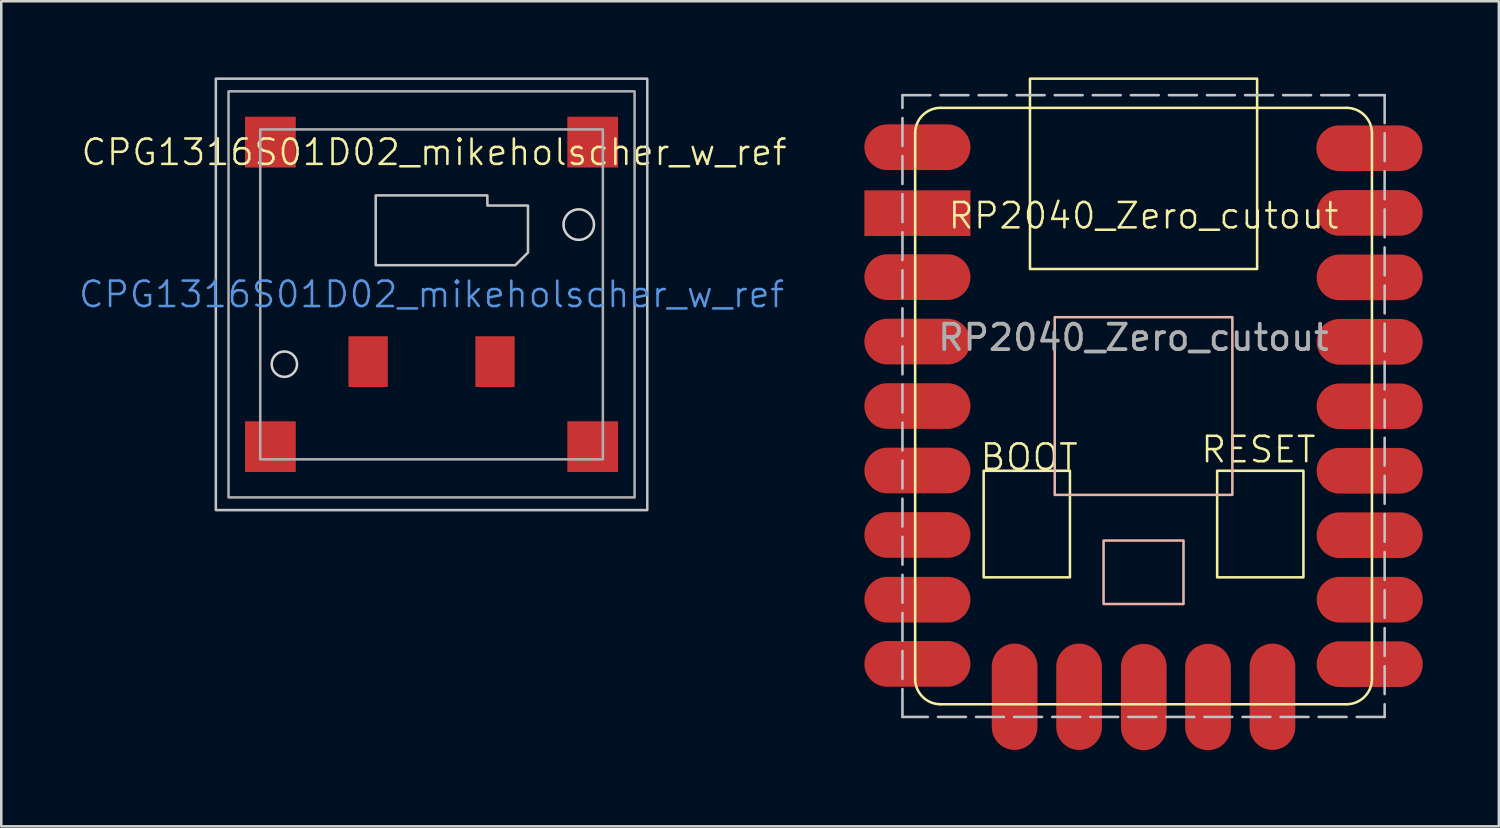
<source format=kicad_pcb>
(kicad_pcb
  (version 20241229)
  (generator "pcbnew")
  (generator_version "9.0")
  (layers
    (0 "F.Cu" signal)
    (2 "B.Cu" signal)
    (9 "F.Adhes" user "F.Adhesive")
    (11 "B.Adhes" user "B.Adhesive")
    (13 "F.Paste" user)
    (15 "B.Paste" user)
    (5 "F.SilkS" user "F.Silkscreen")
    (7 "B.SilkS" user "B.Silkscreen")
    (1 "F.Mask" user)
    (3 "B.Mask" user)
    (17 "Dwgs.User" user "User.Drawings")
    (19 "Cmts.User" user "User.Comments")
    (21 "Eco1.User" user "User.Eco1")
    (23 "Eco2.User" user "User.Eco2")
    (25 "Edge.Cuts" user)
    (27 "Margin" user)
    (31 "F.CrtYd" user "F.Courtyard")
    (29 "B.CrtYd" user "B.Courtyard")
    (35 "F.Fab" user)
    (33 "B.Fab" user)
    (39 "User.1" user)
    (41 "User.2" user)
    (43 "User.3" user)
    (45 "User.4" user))
  (footprint "RP2040_Zero_cutout"
    (layer "F.Cu")
    (at 42.01 12.95)
    (property "Reference" "RP2040_Zero_cutout" (at 0 -7.5 0) (unlocked yes) (layer "F.SilkS") (effects (font (size 1 1) (thickness 0.1))))
    (attr through_hole)
    (fp_line (start -9 10.75) (end -9 -10.75) (stroke (width 0.1) (type default)) (layer "F.SilkS"))
    (fp_line (start -8 -11.75) (end 8 -11.75) (stroke (width 0.1) (type default)) (layer "F.SilkS"))
    (fp_line (start 8 11.75) (end -8 11.75) (stroke (width 0.1) (type default)) (layer "F.SilkS"))
    (fp_line (start 9 -10.75) (end 9 10.75) (stroke (width 0.1) (type default)) (layer "F.SilkS"))
    (fp_rect (start -4.475 -12.9) (end 4.475 -5.4) (stroke (width 0.1) (type solid)) (fill no) (layer "F.SilkS"))
    (fp_rect (start -2.9 2.55) (end -6.3 6.75) (stroke (width 0.1) (type solid)) (fill no) (layer "F.SilkS"))
    (fp_rect (start 2.9 2.55) (end 6.3 6.75) (stroke (width 0.1) (type default)) (fill no) (layer "F.SilkS"))
    (fp_arc (start -9 -10.75) (mid -8.707107 -11.457107) (end -8 -11.75) (stroke (width 0.1) (type default)) (layer "F.SilkS"))
    (fp_arc (start -8 11.75) (mid -8.707107 11.457107) (end -9 10.75) (stroke (width 0.1) (type default)) (layer "F.SilkS"))
    (fp_arc (start 8 -11.75) (mid 8.707107 -11.457107) (end 9 -10.75) (stroke (width 0.1) (type default)) (layer "F.SilkS"))
    (fp_arc (start 9 10.75) (mid 8.707107 11.457107) (end 8 11.75) (stroke (width 0.1) (type default)) (layer "F.SilkS"))
    (fp_rect (start -3.5 -3.5) (end 3.5 3.5) (stroke (width 0.1) (type solid)) (fill no) (layer "B.SilkS"))
    (fp_rect (start -1.575 5.3) (end 1.575 7.8) (stroke (width 0.1) (type solid)) (fill no) (layer "B.SilkS"))
    (fp_rect (start -9.5 -12.25) (end 9.5 12.25) (stroke (width 0.1) (type dash)) (fill no) (layer "Dwgs.User"))
    (fp_text user "RESET" (at 2.2 2.3 0) (unlocked yes) (layer "F.SilkS") (effects (font (size 1 1) (thickness 0.1)) (justify left bottom)))
    (fp_text user "BOOT" (at -6.5 2.6 0) (unlocked yes) (layer "F.SilkS") (effects (font (size 1 1) (thickness 0.1)) (justify left bottom)))
    (fp_text user "${REFERENCE}" (at -0.4 -2.7 0) (unlocked yes) (layer "F.Fab") (effects (font (size 1 1) (thickness 0.15))))
    (pad "0" connect oval (at 10.19 -10.16) (size 4.18 1.8) (drill (offset -1.29 0)) (layers "*.Mask" "F.Cu"))
    (pad "1" connect oval (at 10.2 -7.61) (size 4.18 1.8) (drill (offset -1.29 0)) (layers "*.Mask" "F.Cu"))
    (pad "2" connect oval (at 10.2 -5.07) (size 4.18 1.8) (drill (offset -1.29 0)) (layers "*.Mask" "F.Cu"))
    (pad "3" connect oval (at 10.2 -2.53) (size 4.18 1.8) (drill (offset -1.29 0)) (layers "*.Mask" "F.Cu"))
    (pad "3.3V" connect oval (at -10.2 -5.08 180) (size 4.18 1.8) (drill (offset -1.29 0)) (layers "*.Mask" "F.Cu"))
    (pad "4" connect oval (at 10.2 0.01) (size 4.18 1.8) (drill (offset -1.29 0)) (layers "*.Mask" "F.Cu"))
    (pad "5" connect oval (at 10.2 2.55) (size 4.18 1.8) (drill (offset -1.29 0)) (layers "*.Mask" "F.Cu"))
    (pad "5V" connect oval (at -10.2 -10.2 180) (size 4.18 1.8) (drill (offset -1.29 0)) (layers "*.Mask" "F.Cu"))
    (pad "6" connect oval (at 10.2 5.09) (size 4.18 1.8) (drill (offset -1.29 0)) (layers "*.Mask" "F.Cu"))
    (pad "7" connect oval (at 10.2 7.63) (size 4.18 1.8) (drill (offset -1.29 0)) (layers "*.Mask" "F.Cu"))
    (pad "8" connect oval (at 10.2 10.17) (size 4.18 1.8) (drill (offset -1.29 0)) (layers "*.Mask" "F.Cu"))
    (pad "9" connect oval (at 5.08 12.75 270) (size 4.19 1.8) (drill (offset -1.295 0)) (layers "*.Mask" "F.Cu"))
    (pad "10" connect oval (at 2.54 12.76 270) (size 4.19 1.8) (drill (offset -1.295 0)) (layers "*.Mask" "F.Cu"))
    (pad "11" connect oval (at 0.01 12.76 270) (size 4.19 1.8) (drill (offset -1.295 0)) (layers "*.Mask" "F.Cu"))
    (pad "12" connect oval (at -2.54 12.75 270) (size 4.19 1.8) (drill (offset -1.295 0)) (layers "*.Mask" "F.Cu"))
    (pad "13" connect oval (at -5.08 12.75 270) (size 4.19 1.8) (drill (offset -1.295 0)) (layers "*.Mask" "F.Cu"))
    (pad "14" connect oval (at -10.2 10.16 180) (size 4.18 1.8) (drill (offset -1.29 0)) (layers "*.Mask" "F.Cu"))
    (pad "15" connect oval (at -10.2 7.63 180) (size 4.18 1.8) (drill (offset -1.29 0)) (layers "*.Mask" "F.Cu"))
    (pad "26" connect oval (at -10.2 5.08 180) (size 4.18 1.8) (drill (offset -1.29 0)) (layers "*.Mask" "F.Cu"))
    (pad "27" connect oval (at -10.2 2.54 180) (size 4.18 1.8) (drill (offset -1.29 0)) (layers "*.Mask" "F.Cu"))
    (pad "28" connect oval (at -10.2 0 180) (size 4.18 1.8) (drill (offset -1.29 0)) (layers "*.Mask" "F.Cu"))
    (pad "29" connect oval (at -10.2 -2.54 180) (size 4.18 1.8) (drill (offset -1.29 0)) (layers "*.Mask" "F.Cu"))
    (pad "GND" connect rect (at -10.2 -7.6 180) (size 4.18 1.8) (drill (offset -1.29 0)) (layers "*.Mask" "F.Cu")))
  (footprint "CPG1316S01D02_mikeholscher_w_ref"
    (layer "F.Cu")
    (at 13.955 8.55)
    (property "Reference" "CPG1316S01D02_mikeholscher_w_ref" (at 0 0 0) (unlocked yes) (layer "Cmts.User") (effects (font (size 1 1) (thickness 0.1))))
    (attr smd)
    (fp_rect (start -8.5 -8.5) (end 8.5 8.5) (stroke (width 0.1) (type solid)) (fill no) (layer "Dwgs.User"))
    (fp_poly (pts (xy 3.8 -3.5) (xy 3.8 -1.65) (xy 3.3 -1.15) (xy -2.2 -1.15) (xy -2.2 -3.9) (xy 2.2 -3.9) (xy 2.2 -3.5)) (stroke (width 0.1) (type solid)) (fill no) (layer "Dwgs.User"))
    (fp_circle (center -5.8 2.75) (end -5.3 2.75) (stroke (width 0.1) (type default)) (fill no) (layer "Edge.Cuts"))
    (fp_circle (center 5.8 -2.75) (end 6.4 -2.75) (stroke (width 0.1) (type default)) (fill no) (layer "Edge.Cuts"))
    (fp_rect (start -8 8) (end 8 -8) (stroke (width 0.1) (type default)) (fill no) (layer "F.Fab"))
    (fp_rect (start -6.75 -6.5) (end 6.75 6.5) (stroke (width 0.1) (type default)) (fill no) (layer "F.Fab"))
    (fp_text user "${REFERENCE}" (at 0.1 -5.6 0) (unlocked yes) (layer "F.SilkS") (effects (font (size 1 1) (thickness 0.1))))
    (pad "1" smd rect (at -2.5 2.65) (size 1.55 2) (layers "F.Cu" "F.Mask" "F.Paste"))
    (pad "2" smd rect (at 2.5 2.65) (size 1.55 2) (layers "F.Cu" "F.Mask" "F.Paste"))
    (pad "3" smd rect (at -6.35 -6) (size 2 2) (layers "F.Cu" "F.Mask" "F.Paste"))
    (pad "3" smd rect (at -6.35 6) (size 2 2) (layers "F.Cu" "F.Mask" "F.Paste"))
    (pad "3" smd rect (at 6.35 -6) (size 2 2) (layers "F.Cu" "F.Mask" "F.Paste"))
    (pad "3" smd rect (at 6.35 6) (size 2 2) (layers "F.Cu" "F.Mask" "F.Paste")))
  (gr_rect
    (start -3 -3)
    (end 56.01 29.51)
    (stroke (width 0.1) (type default))
    (fill no)
    (layer "Edge.Cuts")))
</source>
